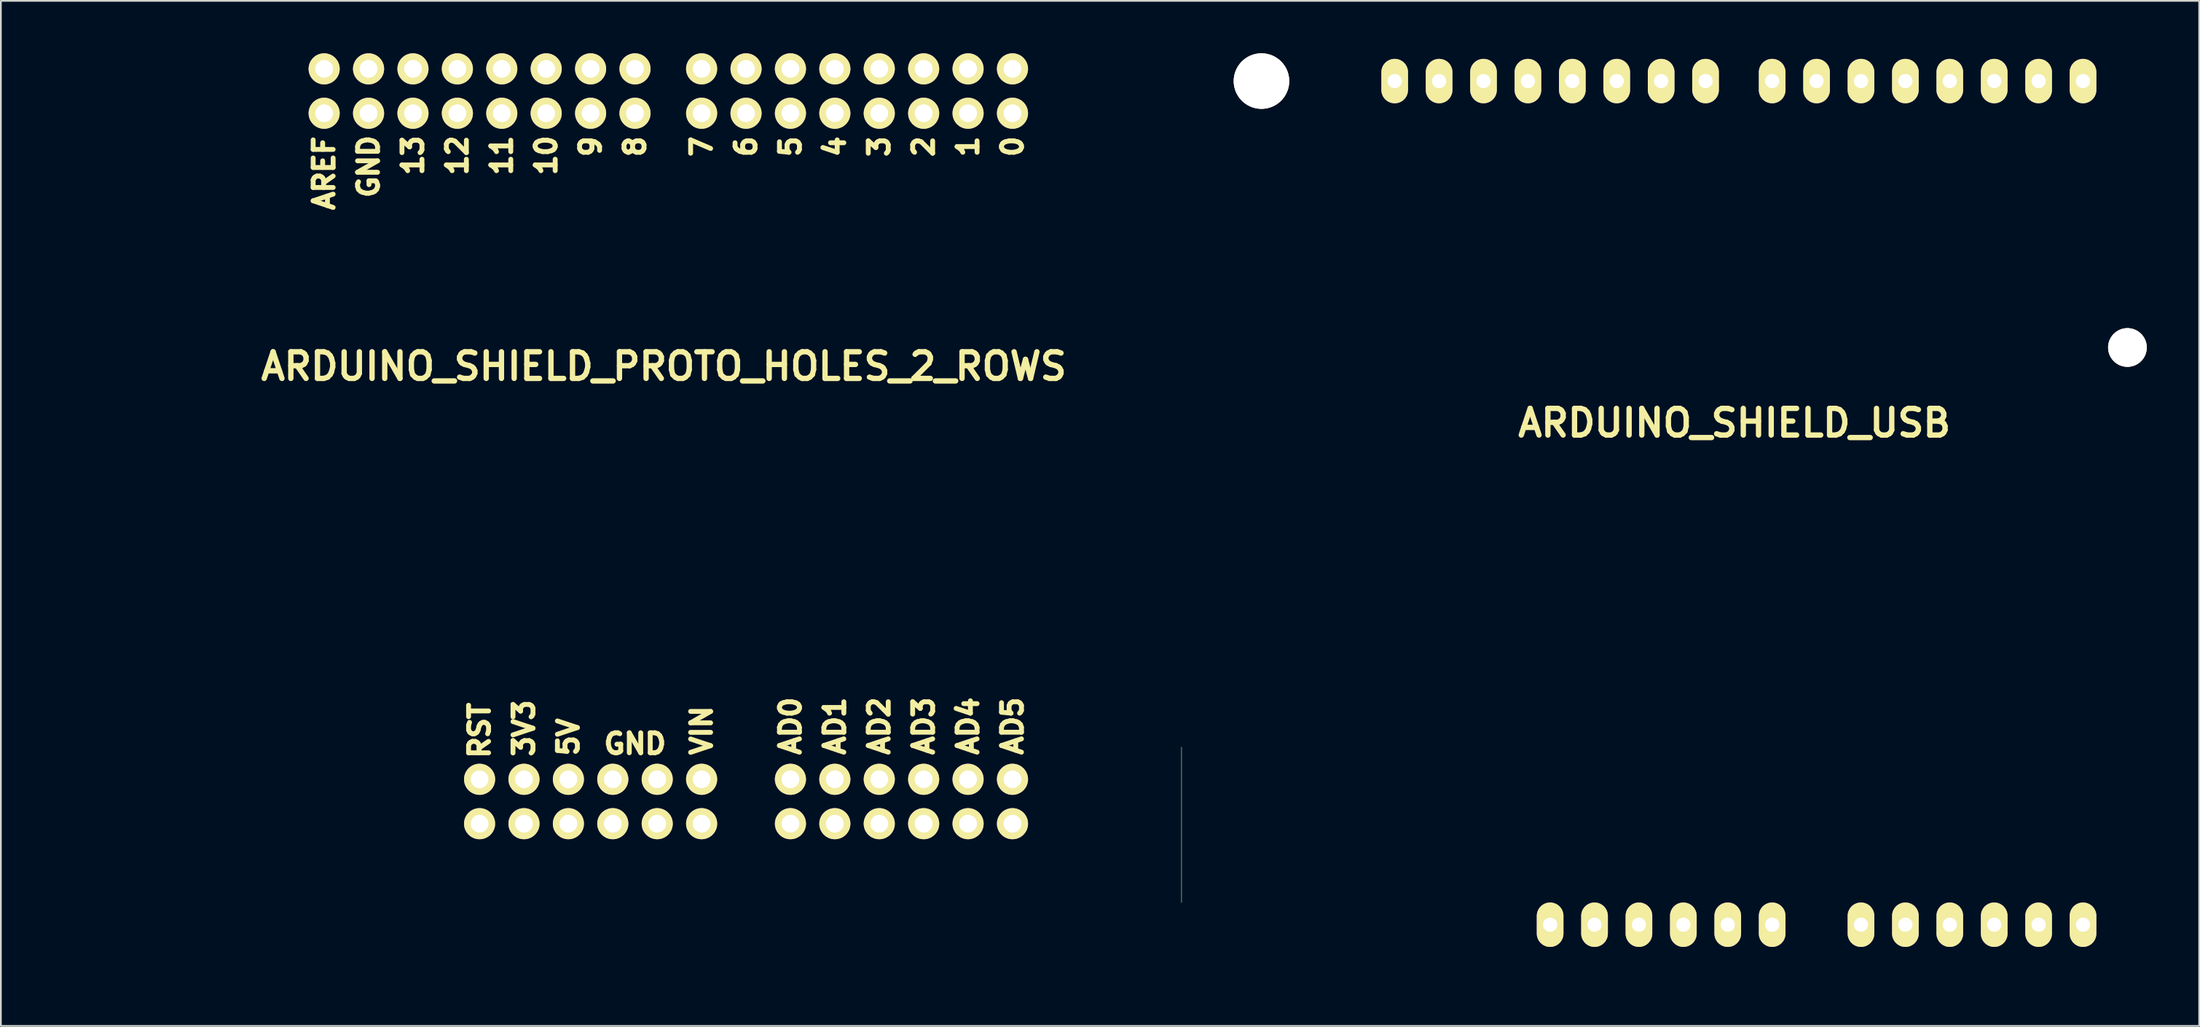
<source format=kicad_pcb>
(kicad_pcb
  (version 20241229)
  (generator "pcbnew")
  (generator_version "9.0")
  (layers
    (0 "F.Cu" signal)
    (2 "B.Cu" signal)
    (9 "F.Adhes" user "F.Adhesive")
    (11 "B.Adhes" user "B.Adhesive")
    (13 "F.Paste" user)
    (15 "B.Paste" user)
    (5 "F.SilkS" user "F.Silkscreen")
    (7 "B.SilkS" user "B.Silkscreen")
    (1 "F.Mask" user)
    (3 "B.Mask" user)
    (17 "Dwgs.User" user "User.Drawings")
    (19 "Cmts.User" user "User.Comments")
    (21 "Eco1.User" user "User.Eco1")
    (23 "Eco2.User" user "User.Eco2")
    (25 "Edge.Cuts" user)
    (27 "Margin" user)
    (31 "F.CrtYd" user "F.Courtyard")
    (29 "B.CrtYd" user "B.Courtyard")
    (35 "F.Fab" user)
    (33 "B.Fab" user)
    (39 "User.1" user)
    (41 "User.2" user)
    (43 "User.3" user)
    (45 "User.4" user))
  (footprint "ARDUINO_SHIELD_USB"
    (layer "F.Cu")
    (at 61.481 52.388)
    (property "Reference" "ARDUINO_SHIELD_USB" (at 34.671 -31.242 0) (layer "F.SilkS") (effects (font (size 1.524 1.524) (thickness 0.305))))
    (attr through_hole)
    (fp_line (start 3.048 -3.81) (end 3.048 -12.7) (stroke (width 0.025) (type solid)) (layer "F.SilkS"))
    (pad "" thru_hole circle (at 7.62 -50.8 90) (size 3.175 3.175) (drill 3.175) (layers "*.Cu" "*.Mask" "F.SilkS"))
    (pad "" thru_hole circle (at 57.15 -35.56 90) (size 2.21 2.21) (drill 2.21) (layers "*.Cu" "*.Mask" "F.SilkS"))
    (pad "0" thru_hole oval (at 54.61 -50.8 90) (size 2.54 1.524) (drill 0.813) (layers "*.Cu" "*.Mask" "F.SilkS"))
    (pad "1" thru_hole oval (at 52.07 -50.8 90) (size 2.54 1.524) (drill 0.813) (layers "*.Cu" "*.Mask" "F.SilkS"))
    (pad "2" thru_hole oval (at 49.53 -50.8 90) (size 2.54 1.524) (drill 0.813) (layers "*.Cu" "*.Mask" "F.SilkS"))
    (pad "3" thru_hole oval (at 46.99 -50.8 90) (size 2.54 1.524) (drill 0.813) (layers "*.Cu" "*.Mask" "F.SilkS"))
    (pad "3V3" thru_hole oval (at 26.67 -2.54 90) (size 2.54 1.524) (drill 0.813) (layers "*.Cu" "*.Mask" "F.SilkS"))
    (pad "4" thru_hole oval (at 44.45 -50.8 90) (size 2.54 1.524) (drill 0.813) (layers "*.Cu" "*.Mask" "F.SilkS"))
    (pad "5" thru_hole oval (at 41.91 -50.8 90) (size 2.54 1.524) (drill 0.813) (layers "*.Cu" "*.Mask" "F.SilkS"))
    (pad "5V" thru_hole oval (at 29.21 -2.54 90) (size 2.54 1.524) (drill 0.813) (layers "*.Cu" "*.Mask" "F.SilkS"))
    (pad "6" thru_hole oval (at 39.37 -50.8 90) (size 2.54 1.524) (drill 0.813) (layers "*.Cu" "*.Mask" "F.SilkS"))
    (pad "7" thru_hole oval (at 36.83 -50.8 90) (size 2.54 1.524) (drill 0.813) (layers "*.Cu" "*.Mask" "F.SilkS"))
    (pad "8" thru_hole oval (at 33.02 -50.8 90) (size 2.54 1.524) (drill 0.813) (layers "*.Cu" "*.Mask" "F.SilkS"))
    (pad "9" thru_hole oval (at 30.48 -50.8 90) (size 2.54 1.524) (drill 0.813) (layers "*.Cu" "*.Mask" "F.SilkS"))
    (pad "10" thru_hole oval (at 27.94 -50.8 90) (size 2.54 1.524) (drill 0.813) (layers "*.Cu" "*.Mask" "F.SilkS"))
    (pad "11" thru_hole oval (at 25.4 -50.8 90) (size 2.54 1.524) (drill 0.813) (layers "*.Cu" "*.Mask" "F.SilkS"))
    (pad "12" thru_hole oval (at 22.86 -50.8 90) (size 2.54 1.524) (drill 0.813) (layers "*.Cu" "*.Mask" "F.SilkS"))
    (pad "13" thru_hole oval (at 20.32 -50.8 90) (size 2.54 1.524) (drill 0.813) (layers "*.Cu" "*.Mask" "F.SilkS"))
    (pad "AD0" thru_hole oval (at 41.91 -2.54 90) (size 2.54 1.524) (drill 0.813) (layers "*.Cu" "*.Mask" "F.SilkS"))
    (pad "AD1" thru_hole oval (at 44.45 -2.54 90) (size 2.54 1.524) (drill 0.813) (layers "*.Cu" "*.Mask" "F.SilkS"))
    (pad "AD2" thru_hole oval (at 46.99 -2.54 90) (size 2.54 1.524) (drill 0.813) (layers "*.Cu" "*.Mask" "F.SilkS"))
    (pad "AD3" thru_hole oval (at 49.53 -2.54 90) (size 2.54 1.524) (drill 0.813) (layers "*.Cu" "*.Mask" "F.SilkS"))
    (pad "AD4" thru_hole oval (at 52.07 -2.54 90) (size 2.54 1.524) (drill 0.813) (layers "*.Cu" "*.Mask" "F.SilkS"))
    (pad "AD5" thru_hole oval (at 54.61 -2.54 90) (size 2.54 1.524) (drill 0.813) (layers "*.Cu" "*.Mask" "F.SilkS"))
    (pad "AREF" thru_hole oval (at 15.24 -50.8 90) (size 2.54 1.524) (drill 0.813) (layers "*.Cu" "*.Mask" "F.SilkS"))
    (pad "GND1" thru_hole oval (at 31.75 -2.54 90) (size 2.54 1.524) (drill 0.813) (layers "*.Cu" "*.Mask" "F.SilkS"))
    (pad "GND2" thru_hole oval (at 34.29 -2.54 90) (size 2.54 1.524) (drill 0.813) (layers "*.Cu" "*.Mask" "F.SilkS"))
    (pad "GND3" thru_hole oval (at 17.78 -50.8 90) (size 2.54 1.524) (drill 0.813) (layers "*.Cu" "*.Mask" "F.SilkS"))
    (pad "RST" thru_hole oval (at 24.13 -2.54 90) (size 2.54 1.524) (drill 0.813) (layers "*.Cu" "*.Mask" "F.SilkS"))
    (pad "V_IN" thru_hole oval (at 36.83 -2.54 90) (size 2.54 1.524) (drill 0.813) (layers "*.Cu" "*.Mask" "F.SilkS")))
  (footprint "ARDUINO_SHIELD_PROTO_HOLES_2_ROWS"
    (layer "F.Cu")
    (at 0.25 49.149)
    (property "Reference" "ARDUINO_SHIELD_PROTO_HOLES_2_ROWS" (at 34.671 -31.242 0) (layer "F.SilkS") (effects (font (size 1.524 1.524) (thickness 0.305))))
    (attr through_hole)
    (fp_text user "10" (at 27.94 -43.307 90) (layer "F.SilkS") (effects (font (size 1.143 1.143) (thickness 0.279))))
    (fp_text user "AD0" (at 41.91 -10.668 90) (layer "F.SilkS") (effects (font (size 1.143 1.143) (thickness 0.279))))
    (fp_text user "12" (at 22.86 -43.307 90) (layer "F.SilkS") (effects (font (size 1.143 1.143) (thickness 0.279))))
    (fp_text user "AD4" (at 52.07 -10.668 90) (layer "F.SilkS") (effects (font (size 1.143 1.143) (thickness 0.279))))
    (fp_text user "5V" (at 29.21 -10.033 90) (layer "F.SilkS") (effects (font (size 1.143 1.143) (thickness 0.279))))
    (fp_text user "1" (at 52.07 -43.815 90) (layer "F.SilkS") (effects (font (size 1.143 1.143) (thickness 0.279))))
    (fp_text user "GND" (at 17.78 -42.672 90) (layer "F.SilkS") (effects (font (size 1.143 1.143) (thickness 0.279))))
    (fp_text user "5" (at 41.91 -43.815 90) (layer "F.SilkS") (effects (font (size 1.143 1.143) (thickness 0.279))))
    (fp_text user "VIN" (at 36.83 -10.414 90) (layer "F.SilkS") (effects (font (size 1.143 1.143) (thickness 0.279))))
    (fp_text user "13" (at 20.32 -43.307 90) (layer "F.SilkS") (effects (font (size 1.143 1.143) (thickness 0.279))))
    (fp_text user "8" (at 33.02 -43.815 90) (layer "F.SilkS") (effects (font (size 1.143 1.143) (thickness 0.279))))
    (fp_text user "AD2" (at 46.99 -10.668 90) (layer "F.SilkS") (effects (font (size 1.143 1.143) (thickness 0.279))))
    (fp_text user "RST" (at 24.13 -10.414 90) (layer "F.SilkS") (effects (font (size 1.143 1.143) (thickness 0.279))))
    (fp_text user "GND" (at 33.02 -9.652 0) (layer "F.SilkS") (effects (font (size 1.143 1.143) (thickness 0.279))))
    (fp_text user "AD3" (at 49.53 -10.668 90) (layer "F.SilkS") (effects (font (size 1.143 1.143) (thickness 0.279))))
    (fp_text user "0" (at 54.61 -43.815 90) (layer "F.SilkS") (effects (font (size 1.143 1.143) (thickness 0.279))))
    (fp_text user "3" (at 46.99 -43.815 90) (layer "F.SilkS") (effects (font (size 1.143 1.143) (thickness 0.279))))
    (fp_text user "7" (at 36.83 -43.815 90) (layer "F.SilkS") (effects (font (size 1.143 1.143) (thickness 0.279))))
    (fp_text user "AREF" (at 15.24 -42.291 90) (layer "F.SilkS") (effects (font (size 1.143 1.143) (thickness 0.279))))
    (fp_text user "AD5" (at 54.61 -10.668 90) (layer "F.SilkS") (effects (font (size 1.143 1.143) (thickness 0.279))))
    (fp_text user "AD1" (at 44.45 -10.668 90) (layer "F.SilkS") (effects (font (size 1.143 1.143) (thickness 0.279))))
    (fp_text user "2" (at 49.53 -43.815 90) (layer "F.SilkS") (effects (font (size 1.143 1.143) (thickness 0.279))))
    (fp_text user "9" (at 30.48 -43.815 90) (layer "F.SilkS") (effects (font (size 1.143 1.143) (thickness 0.279))))
    (fp_text user "6" (at 39.37 -43.815 90) (layer "F.SilkS") (effects (font (size 1.143 1.143) (thickness 0.279))))
    (fp_text user "4" (at 44.45 -43.815 90) (layer "F.SilkS") (effects (font (size 1.143 1.143) (thickness 0.279))))
    (fp_text user "11" (at 25.4 -43.307 90) (layer "F.SilkS") (effects (font (size 1.143 1.143) (thickness 0.279))))
    (fp_text user "3V3" (at 26.67 -10.541 90) (layer "F.SilkS") (effects (font (size 1.143 1.143) (thickness 0.279))))
    (pad "0" thru_hole circle (at 54.61 -48.26) (size 1.778 1.778) (drill 1.016) (layers "*.Cu" "*.Mask" "F.SilkS"))
    (pad "0" thru_hole circle (at 54.61 -45.72) (size 1.778 1.778) (drill 1.016) (layers "*.Cu" "*.Mask" "F.SilkS"))
    (pad "1" thru_hole circle (at 52.07 -48.26) (size 1.778 1.778) (drill 1.016) (layers "*.Cu" "*.Mask" "F.SilkS"))
    (pad "1" thru_hole circle (at 52.07 -45.72) (size 1.778 1.778) (drill 1.016) (layers "*.Cu" "*.Mask" "F.SilkS"))
    (pad "2" thru_hole circle (at 49.53 -48.26) (size 1.778 1.778) (drill 1.016) (layers "*.Cu" "*.Mask" "F.SilkS"))
    (pad "2" thru_hole circle (at 49.53 -45.72) (size 1.778 1.778) (drill 1.016) (layers "*.Cu" "*.Mask" "F.SilkS"))
    (pad "3" thru_hole circle (at 46.99 -48.26) (size 1.778 1.778) (drill 1.016) (layers "*.Cu" "*.Mask" "F.SilkS"))
    (pad "3" thru_hole circle (at 46.99 -45.72) (size 1.778 1.778) (drill 1.016) (layers "*.Cu" "*.Mask" "F.SilkS"))
    (pad "3V3" thru_hole circle (at 26.67 -7.62) (size 1.778 1.778) (drill 1.016) (layers "*.Cu" "*.Mask" "F.SilkS"))
    (pad "3V3" thru_hole circle (at 26.67 -5.08) (size 1.778 1.778) (drill 1.016) (layers "*.Cu" "*.Mask" "F.SilkS"))
    (pad "4" thru_hole circle (at 44.45 -48.26) (size 1.778 1.778) (drill 1.016) (layers "*.Cu" "*.Mask" "F.SilkS"))
    (pad "4" thru_hole circle (at 44.45 -45.72) (size 1.778 1.778) (drill 1.016) (layers "*.Cu" "*.Mask" "F.SilkS"))
    (pad "5" thru_hole circle (at 41.91 -48.26) (size 1.778 1.778) (drill 1.016) (layers "*.Cu" "*.Mask" "F.SilkS"))
    (pad "5" thru_hole circle (at 41.91 -45.72) (size 1.778 1.778) (drill 1.016) (layers "*.Cu" "*.Mask" "F.SilkS"))
    (pad "5V" thru_hole circle (at 29.21 -7.62) (size 1.778 1.778) (drill 1.016) (layers "*.Cu" "*.Mask" "F.SilkS"))
    (pad "5V" thru_hole circle (at 29.21 -5.08) (size 1.778 1.778) (drill 1.016) (layers "*.Cu" "*.Mask" "F.SilkS"))
    (pad "6" thru_hole circle (at 39.37 -48.26) (size 1.778 1.778) (drill 1.016) (layers "*.Cu" "*.Mask" "F.SilkS"))
    (pad "6" thru_hole circle (at 39.37 -45.72) (size 1.778 1.778) (drill 1.016) (layers "*.Cu" "*.Mask" "F.SilkS"))
    (pad "7" thru_hole circle (at 36.83 -48.26) (size 1.778 1.778) (drill 1.016) (layers "*.Cu" "*.Mask" "F.SilkS"))
    (pad "7" thru_hole circle (at 36.83 -45.72) (size 1.778 1.778) (drill 1.016) (layers "*.Cu" "*.Mask" "F.SilkS"))
    (pad "8" thru_hole circle (at 33.02 -48.26) (size 1.778 1.778) (drill 1.016) (layers "*.Cu" "*.Mask" "F.SilkS"))
    (pad "8" thru_hole circle (at 33.02 -45.72) (size 1.778 1.778) (drill 1.016) (layers "*.Cu" "*.Mask" "F.SilkS"))
    (pad "9" thru_hole circle (at 30.48 -48.26) (size 1.778 1.778) (drill 1.016) (layers "*.Cu" "*.Mask" "F.SilkS"))
    (pad "9" thru_hole circle (at 30.48 -45.72) (size 1.778 1.778) (drill 1.016) (layers "*.Cu" "*.Mask" "F.SilkS"))
    (pad "10" thru_hole circle (at 27.94 -48.26) (size 1.778 1.778) (drill 1.016) (layers "*.Cu" "*.Mask" "F.SilkS"))
    (pad "10" thru_hole circle (at 27.94 -45.72) (size 1.778 1.778) (drill 1.016) (layers "*.Cu" "*.Mask" "F.SilkS"))
    (pad "11" thru_hole circle (at 25.4 -48.26) (size 1.778 1.778) (drill 1.016) (layers "*.Cu" "*.Mask" "F.SilkS"))
    (pad "11" thru_hole circle (at 25.4 -45.72) (size 1.778 1.778) (drill 1.016) (layers "*.Cu" "*.Mask" "F.SilkS"))
    (pad "12" thru_hole circle (at 22.86 -48.26) (size 1.778 1.778) (drill 1.016) (layers "*.Cu" "*.Mask" "F.SilkS"))
    (pad "12" thru_hole circle (at 22.86 -45.72) (size 1.778 1.778) (drill 1.016) (layers "*.Cu" "*.Mask" "F.SilkS"))
    (pad "13" thru_hole circle (at 20.32 -48.26) (size 1.778 1.778) (drill 1.016) (layers "*.Cu" "*.Mask" "F.SilkS"))
    (pad "13" thru_hole circle (at 20.32 -45.72) (size 1.778 1.778) (drill 1.016) (layers "*.Cu" "*.Mask" "F.SilkS"))
    (pad "AD0" thru_hole circle (at 41.91 -7.62) (size 1.778 1.778) (drill 1.016) (layers "*.Cu" "*.Mask" "F.SilkS"))
    (pad "AD0" thru_hole circle (at 41.91 -5.08) (size 1.778 1.778) (drill 1.016) (layers "*.Cu" "*.Mask" "F.SilkS"))
    (pad "AD1" thru_hole circle (at 44.45 -7.62) (size 1.778 1.778) (drill 1.016) (layers "*.Cu" "*.Mask" "F.SilkS"))
    (pad "AD1" thru_hole circle (at 44.45 -5.08) (size 1.778 1.778) (drill 1.016) (layers "*.Cu" "*.Mask" "F.SilkS"))
    (pad "AD2" thru_hole circle (at 46.99 -7.62) (size 1.778 1.778) (drill 1.016) (layers "*.Cu" "*.Mask" "F.SilkS"))
    (pad "AD2" thru_hole circle (at 46.99 -5.08) (size 1.778 1.778) (drill 1.016) (layers "*.Cu" "*.Mask" "F.SilkS"))
    (pad "AD3" thru_hole circle (at 49.53 -7.62) (size 1.778 1.778) (drill 1.016) (layers "*.Cu" "*.Mask" "F.SilkS"))
    (pad "AD3" thru_hole circle (at 49.53 -5.08) (size 1.778 1.778) (drill 1.016) (layers "*.Cu" "*.Mask" "F.SilkS"))
    (pad "AD4" thru_hole circle (at 52.07 -7.62) (size 1.778 1.778) (drill 1.016) (layers "*.Cu" "*.Mask" "F.SilkS"))
    (pad "AD4" thru_hole circle (at 52.07 -5.08) (size 1.778 1.778) (drill 1.016) (layers "*.Cu" "*.Mask" "F.SilkS"))
    (pad "AD5" thru_hole circle (at 54.61 -7.62) (size 1.778 1.778) (drill 1.016) (layers "*.Cu" "*.Mask" "F.SilkS"))
    (pad "AD5" thru_hole circle (at 54.61 -5.08) (size 1.778 1.778) (drill 1.016) (layers "*.Cu" "*.Mask" "F.SilkS"))
    (pad "AREF" thru_hole circle (at 15.24 -48.26) (size 1.778 1.778) (drill 1.016) (layers "*.Cu" "*.Mask" "F.SilkS"))
    (pad "AREF" thru_hole circle (at 15.24 -45.72) (size 1.778 1.778) (drill 1.016) (layers "*.Cu" "*.Mask" "F.SilkS"))
    (pad "GND1" thru_hole circle (at 31.75 -7.62) (size 1.778 1.778) (drill 1.016) (layers "*.Cu" "*.Mask" "F.SilkS"))
    (pad "GND1" thru_hole circle (at 31.75 -5.08) (size 1.778 1.778) (drill 1.016) (layers "*.Cu" "*.Mask" "F.SilkS"))
    (pad "GND2" thru_hole circle (at 34.29 -7.62) (size 1.778 1.778) (drill 1.016) (layers "*.Cu" "*.Mask" "F.SilkS"))
    (pad "GND2" thru_hole circle (at 34.29 -5.08) (size 1.778 1.778) (drill 1.016) (layers "*.Cu" "*.Mask" "F.SilkS"))
    (pad "GND3" thru_hole circle (at 17.78 -48.26) (size 1.778 1.778) (drill 1.016) (layers "*.Cu" "*.Mask" "F.SilkS"))
    (pad "GND3" thru_hole circle (at 17.78 -45.72) (size 1.778 1.778) (drill 1.016) (layers "*.Cu" "*.Mask" "F.SilkS"))
    (pad "RST" thru_hole circle (at 24.13 -7.62) (size 1.778 1.778) (drill 1.016) (layers "*.Cu" "*.Mask" "F.SilkS"))
    (pad "RST" thru_hole circle (at 24.13 -5.08) (size 1.778 1.778) (drill 1.016) (layers "*.Cu" "*.Mask" "F.SilkS"))
    (pad "V_IN" thru_hole circle (at 36.83 -7.62) (size 1.778 1.778) (drill 1.016) (layers "*.Cu" "*.Mask" "F.SilkS"))
    (pad "V_IN" thru_hole circle (at 36.83 -5.08) (size 1.778 1.778) (drill 1.016) (layers "*.Cu" "*.Mask" "F.SilkS")))
  (gr_rect
    (start -3 -3)
    (end 122.736 55.638)
    (stroke (width 0.1) (type default))
    (fill no)
    (layer "Edge.Cuts")))
</source>
